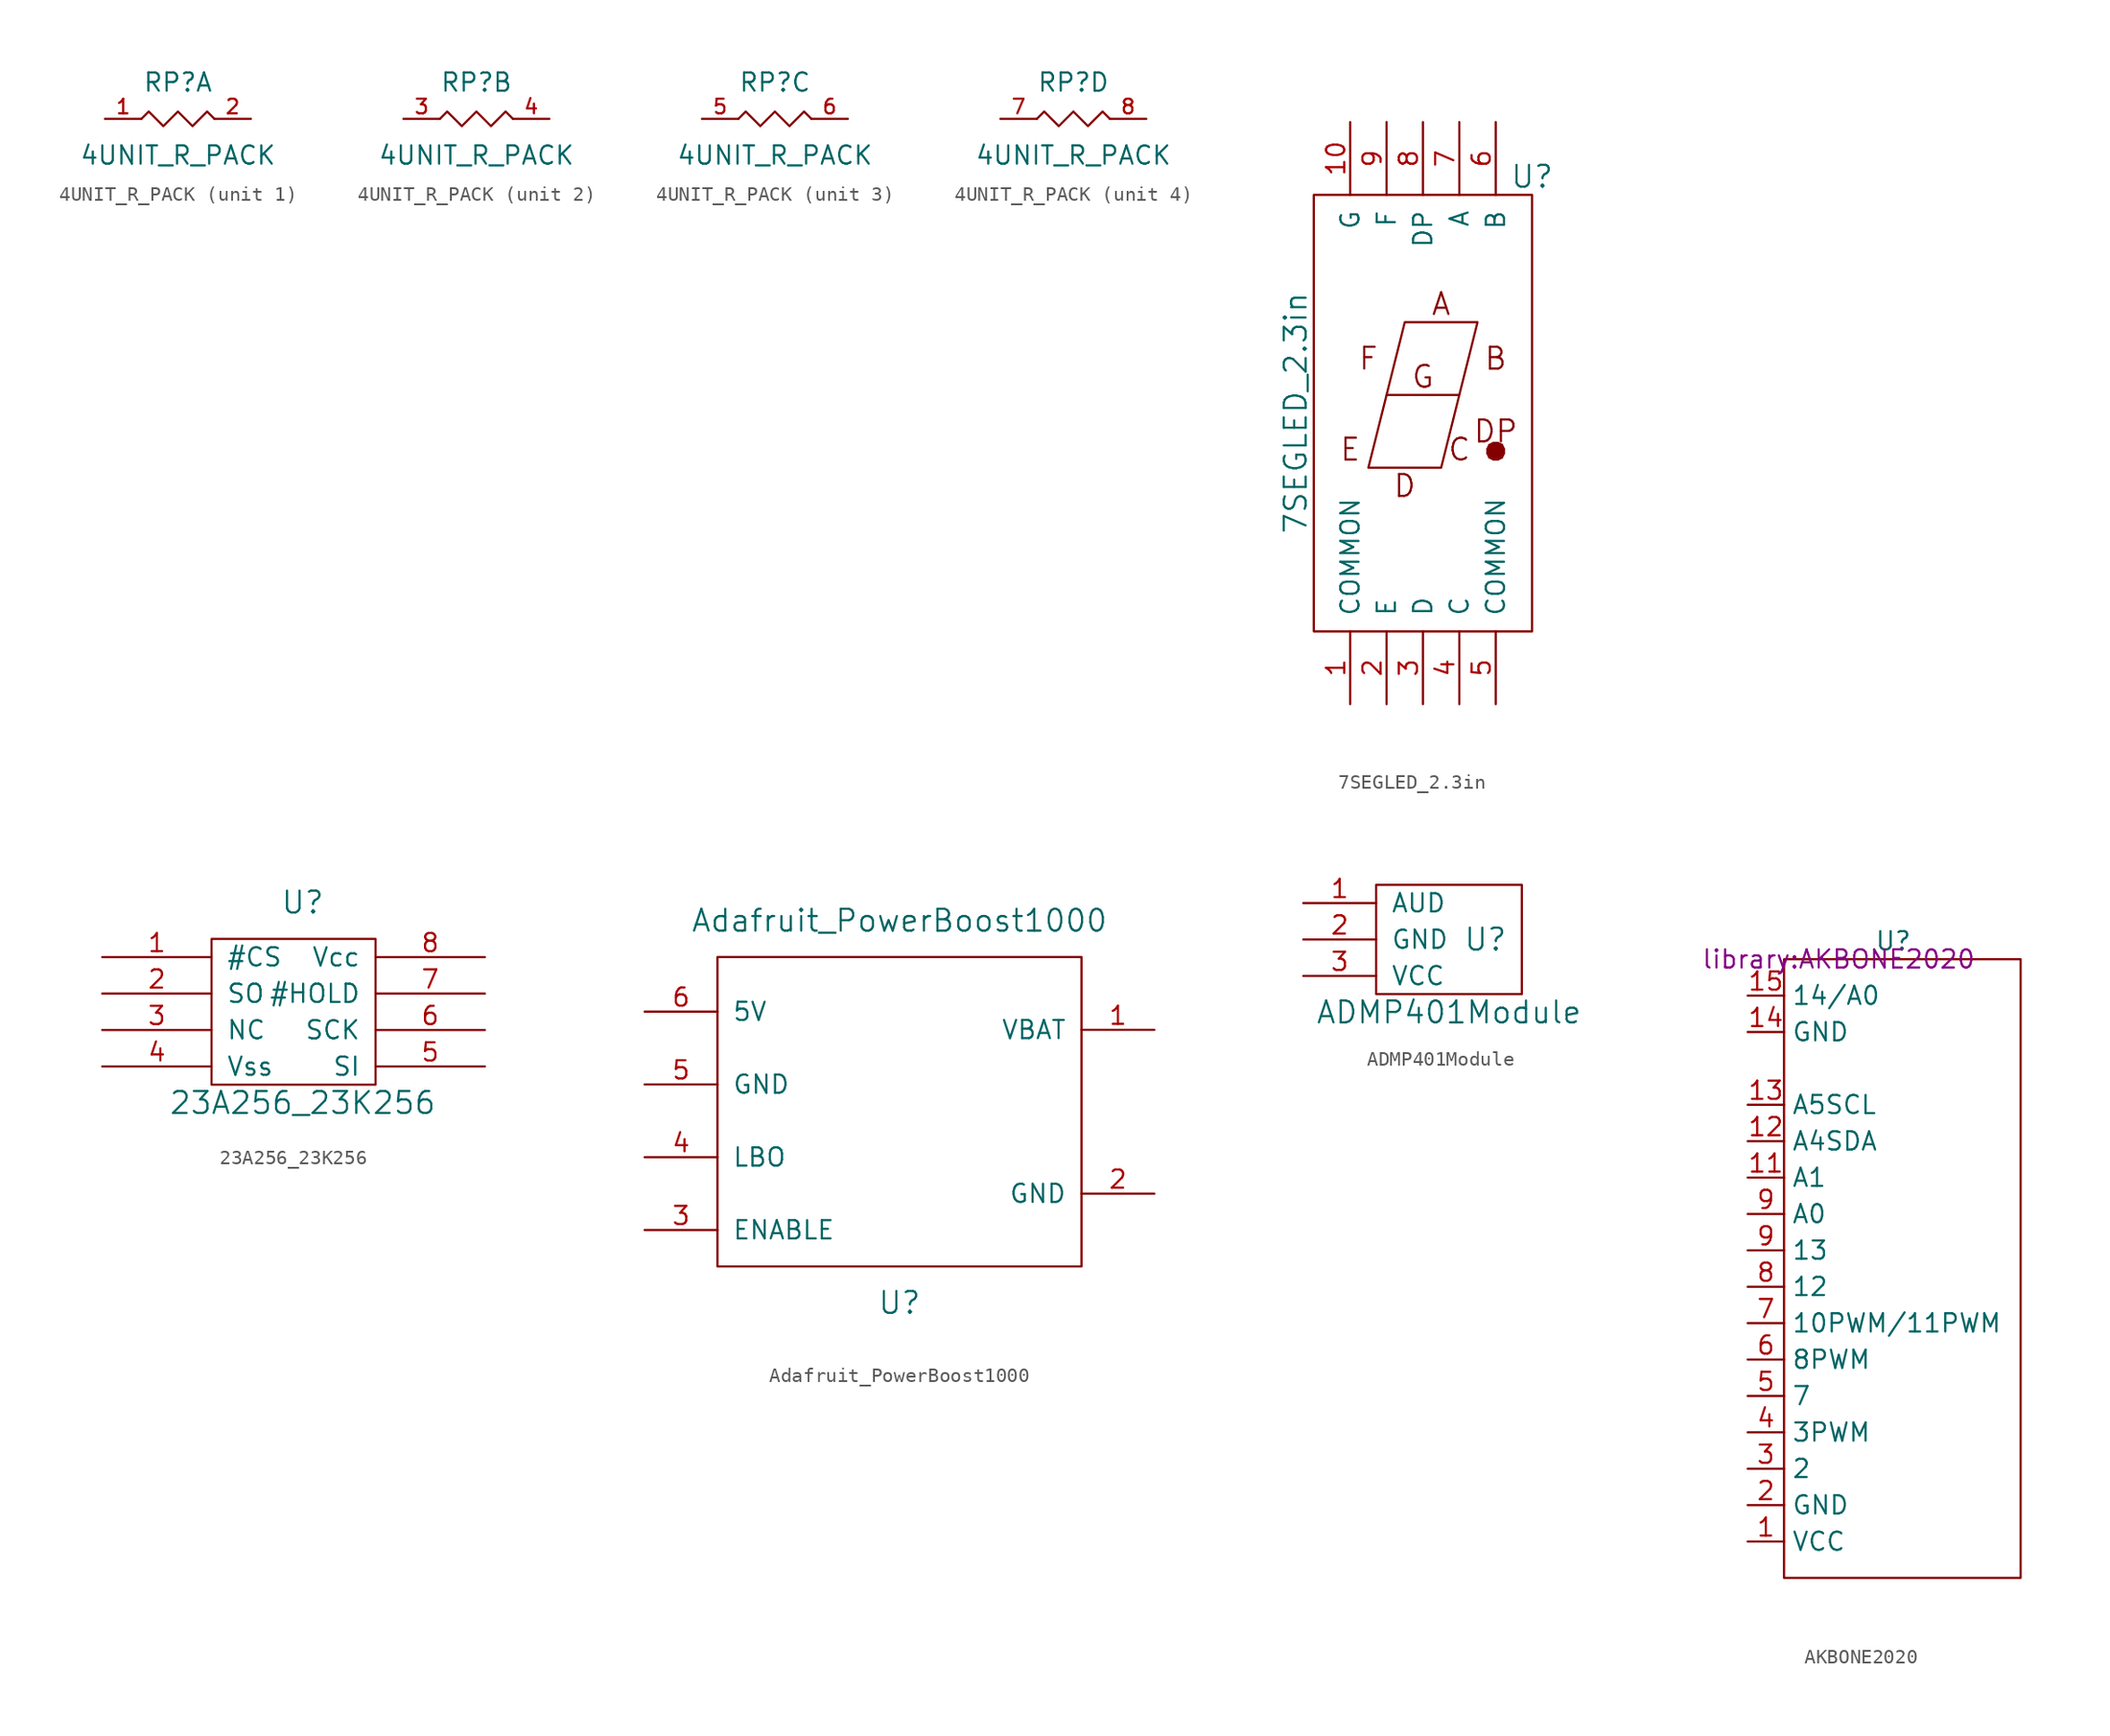
<source format=kicad_sym>
(kicad_symbol_lib
  (version 20220914)
  (generator kicad_symbol_editor)
  (symbol "4UNIT_R_PACK"
    (pin_names hide)
    (property "Reference" "RP"
      (at 0 2.54 0)
      (effects (font (size 1.27 1.27))))
    (property "Value" "4UNIT_R_PACK"
      (at 0 -2.54 0)
      (effects (font (size 1.27 1.27))))
    (property "Footprint" ""
      (at -1.27 -2.54 0)
      (effects (font (size 1.27 1.27))))
    (property "Datasheet" ""
      (at -1.27 -2.54 0)
      (effects (font (size 1.27 1.27))))
    (symbol "4UNIT_R_PACK_0_1"
      (polyline (pts (xy -2.54 0) (xy -2.032 0.508) (xy -1.016 -0.508) (xy 0 0.508) (xy 1.016 -0.508) (xy 2.032 0.508) (xy 2.54 0)) (stroke (width 0) (type solid)) (fill (type none))))
    (symbol "4UNIT_R_PACK_1_1"
      (pin passive line (at -5.08 0 0) (length 2.54) (name "P1" (effects (font (size 1.016 1.016)))) (number "1" (effects (font (size 1.016 1.016)))))
      (pin passive line (at 5.08 0 180) (length 2.54) (name "R1" (effects (font (size 1.016 1.016)))) (number "2" (effects (font (size 1.016 1.016))))))
    (symbol "4UNIT_R_PACK_2_1"
      (pin passive line (at -5.08 0 0) (length 2.54) (name "P1" (effects (font (size 1.016 1.016)))) (number "3" (effects (font (size 1.016 1.016)))))
      (pin passive line (at 5.08 0 180) (length 2.54) (name "R1" (effects (font (size 1.016 1.016)))) (number "4" (effects (font (size 1.016 1.016))))))
    (symbol "4UNIT_R_PACK_3_1"
      (pin passive line (at -5.08 0 0) (length 2.54) (name "P1" (effects (font (size 1.016 1.016)))) (number "5" (effects (font (size 1.016 1.016)))))
      (pin passive line (at 5.08 0 180) (length 2.54) (name "R1" (effects (font (size 1.016 1.016)))) (number "6" (effects (font (size 1.016 1.016))))))
    (symbol "4UNIT_R_PACK_4_1"
      (pin passive line (at -5.08 0 0) (length 2.54) (name "P1" (effects (font (size 1.016 1.016)))) (number "7" (effects (font (size 1.016 1.016)))))
      (pin passive line (at 5.08 0 180) (length 2.54) (name "R1" (effects (font (size 1.016 1.016)))) (number "8" (effects (font (size 1.016 1.016)))))))
  (symbol "7SEGLED_2.3in"
    (pin_names
      (offset 1.016))
    (property "Reference" "U"
      (at 7.62 16.51 0)
      (effects (font (size 1.524 1.524))))
    (property "Value" "7SEGLED_2.3in"
      (at -8.89 0 90)
      (effects (font (size 1.524 1.524))))
    (property "Footprint" ""
      (at 5.08 16.51 0)
      (effects (font (size 1.524 1.524))))
    (property "Datasheet" ""
      (at 5.08 16.51 0)
      (effects (font (size 1.524 1.524))))
    (symbol "7SEGLED_2.3in_0_0"
      (rectangle (start -7.62 15.24) (end 7.62 -15.24) (stroke (width 0) (type solid)) (fill (type none)))
      (text "A" (at 1.27 7.62 0) (effects (font (size 1.524 1.524))))
      (text "B" (at 5.08 3.81 0) (effects (font (size 1.524 1.524))))
      (text "C" (at 2.54 -2.54 0) (effects (font (size 1.524 1.524))))
      (text "D" (at -1.27 -5.08 0) (effects (font (size 1.524 1.524))))
      (text "DP" (at 5.08 -1.27 0) (effects (font (size 1.524 1.524))))
      (text "E" (at -5.08 -2.54 0) (effects (font (size 1.524 1.524))))
      (text "F" (at -3.81 3.81 0) (effects (font (size 1.524 1.524))))
      (text "G" (at 0 2.54 0) (effects (font (size 1.524 1.524))))
      (text "●" (at 5.08 -2.54 0) (effects (font (size 1.524 1.524)))))
    (symbol "7SEGLED_2.3in_0_1"
      (polyline (pts (xy -2.54 1.27) (xy 2.54 1.27)) (stroke (width 0) (type solid)) (fill (type none)))
      (polyline (pts (xy -3.81 -3.81) (xy -1.27 6.35) (xy 3.81 6.35) (xy 1.27 -3.81) (xy -3.81 -3.81)) (stroke (width 0) (type solid)) (fill (type none))))
    (symbol "7SEGLED_2.3in_1_1"
      (pin input line (at -5.08 -20.32 90) (length 5.08) (name "COMMON" (effects (font (size 1.27 1.27)))) (number "1" (effects (font (size 1.27 1.27)))))
      (pin input line (at -5.08 20.32 270) (length 5.08) (name "G" (effects (font (size 1.27 1.27)))) (number "10" (effects (font (size 1.27 1.27)))))
      (pin input line (at -2.54 -20.32 90) (length 5.08) (name "E" (effects (font (size 1.27 1.27)))) (number "2" (effects (font (size 1.27 1.27)))))
      (pin input line (at 0 -20.32 90) (length 5.08) (name "D" (effects (font (size 1.27 1.27)))) (number "3" (effects (font (size 1.27 1.27)))))
      (pin input line (at 2.54 -20.32 90) (length 5.08) (name "C" (effects (font (size 1.27 1.27)))) (number "4" (effects (font (size 1.27 1.27)))))
      (pin input line (at 5.08 -20.32 90) (length 5.08) (name "COMMON" (effects (font (size 1.27 1.27)))) (number "5" (effects (font (size 1.27 1.27)))))
      (pin input line (at 5.08 20.32 270) (length 5.08) (name "B" (effects (font (size 1.27 1.27)))) (number "6" (effects (font (size 1.27 1.27)))))
      (pin input line (at 2.54 20.32 270) (length 5.08) (name "A" (effects (font (size 1.27 1.27)))) (number "7" (effects (font (size 1.27 1.27)))))
      (pin input line (at 0 20.32 270) (length 5.08) (name "DP" (effects (font (size 1.27 1.27)))) (number "8" (effects (font (size 1.27 1.27)))))
      (pin input line (at -2.54 20.32 270) (length 5.08) (name "F" (effects (font (size 1.27 1.27)))) (number "9" (effects (font (size 1.27 1.27)))))))
  (symbol "23A256_23K256"
    (pin_names
      (offset 1.016))
    (property "Reference" "U"
      (at 0 7.62 0)
      (effects (font (size 1.524 1.524))))
    (property "Value" "23A256_23K256"
      (at 0 -6.35 0)
      (effects (font (size 1.524 1.524))))
    (property "Footprint" ""
      (at 3.81 0 0)
      (effects (font (size 1.524 1.524))))
    (property "Datasheet" ""
      (at 3.81 0 0)
      (effects (font (size 1.524 1.524))))
    (symbol "23A256_23K256_0_1"
      (rectangle (start -6.35 5.08) (end 5.08 -5.08) (stroke (width 0) (type solid)) (fill (type none))))
    (symbol "23A256_23K256_1_1"
      (pin input line (at -13.97 3.81 0) (length 7.62) (name "#CS" (effects (font (size 1.27 1.27)))) (number "1" (effects (font (size 1.27 1.27)))))
      (pin input line (at -13.97 1.27 0) (length 7.62) (name "SO" (effects (font (size 1.27 1.27)))) (number "2" (effects (font (size 1.27 1.27)))))
      (pin input line (at -13.97 -1.27 0) (length 7.62) (name "NC" (effects (font (size 1.27 1.27)))) (number "3" (effects (font (size 1.27 1.27)))))
      (pin input line (at -13.97 -3.81 0) (length 7.62) (name "Vss" (effects (font (size 1.27 1.27)))) (number "4" (effects (font (size 1.27 1.27)))))
      (pin input line (at 12.7 -3.81 180) (length 7.62) (name "SI" (effects (font (size 1.27 1.27)))) (number "5" (effects (font (size 1.27 1.27)))))
      (pin input line (at 12.7 -1.27 180) (length 7.62) (name "SCK" (effects (font (size 1.27 1.27)))) (number "6" (effects (font (size 1.27 1.27)))))
      (pin input line (at 12.7 1.27 180) (length 7.62) (name "#HOLD" (effects (font (size 1.27 1.27)))) (number "7" (effects (font (size 1.27 1.27)))))
      (pin input line (at 12.7 3.81 180) (length 7.62) (name "Vcc" (effects (font (size 1.27 1.27)))) (number "8" (effects (font (size 1.27 1.27)))))))
  (symbol "Adafruit_PowerBoost1000"
    (pin_names
      (offset 1.016))
    (property "Reference" "U"
      (at 0 -12.7 0)
      (effects (font (size 1.524 1.524))))
    (property "Value" "Adafruit_PowerBoost1000"
      (at 0 13.97 0)
      (effects (font (size 1.524 1.524))))
    (property "Footprint" ""
      (at 0 3.81 0)
      (effects (font (size 1.524 1.524))))
    (property "Datasheet" ""
      (at 0 3.81 0)
      (effects (font (size 1.524 1.524))))
    (symbol "Adafruit_PowerBoost1000_0_1"
      (rectangle (start -12.7 11.43) (end 12.7 -10.16) (stroke (width 0) (type solid)) (fill (type none))))
    (symbol "Adafruit_PowerBoost1000_1_1"
      (pin input line (at 17.78 6.35 180) (length 5.08) (name "VBAT" (effects (font (size 1.27 1.27)))) (number "1" (effects (font (size 1.27 1.27)))))
      (pin input line (at 17.78 -5.08 180) (length 5.08) (name "GND" (effects (font (size 1.27 1.27)))) (number "2" (effects (font (size 1.27 1.27)))))
      (pin input line (at -17.78 -7.62 0) (length 5.08) (name "ENABLE" (effects (font (size 1.27 1.27)))) (number "3" (effects (font (size 1.27 1.27)))))
      (pin input line (at -17.78 -2.54 0) (length 5.08) (name "LBO" (effects (font (size 1.27 1.27)))) (number "4" (effects (font (size 1.27 1.27)))))
      (pin input line (at -17.78 2.54 0) (length 5.08) (name "GND" (effects (font (size 1.27 1.27)))) (number "5" (effects (font (size 1.27 1.27)))))
      (pin input line (at -17.78 7.62 0) (length 5.08) (name "5V" (effects (font (size 1.27 1.27)))) (number "6" (effects (font (size 1.27 1.27)))))))
  (symbol "ADMP401Module"
    (pin_names
      (offset 1.016))
    (property "Reference" "U"
      (at 2.54 0 0)
      (effects (font (size 1.524 1.524))))
    (property "Value" "ADMP401Module"
      (at 0 -5.08 0)
      (effects (font (size 1.524 1.524))))
    (property "Footprint" ""
      (at 2.54 0 0)
      (effects (font (size 1.524 1.524))))
    (property "Datasheet" ""
      (at 2.54 0 0)
      (effects (font (size 1.524 1.524))))
    (symbol "ADMP401Module_0_1"
      (rectangle (start -5.08 3.81) (end 5.08 -3.81) (stroke (width 0) (type solid)) (fill (type none))))
    (symbol "ADMP401Module_1_1"
      (pin input line (at -10.16 2.54 0) (length 5.08) (name "AUD" (effects (font (size 1.27 1.27)))) (number "1" (effects (font (size 1.27 1.27)))))
      (pin input line (at -10.16 0 0) (length 5.08) (name "GND" (effects (font (size 1.27 1.27)))) (number "2" (effects (font (size 1.27 1.27)))))
      (pin input line (at -10.16 -2.54 0) (length 5.08) (name "VCC" (effects (font (size 1.27 1.27)))) (number "3" (effects (font (size 1.27 1.27)))))))
  (symbol "AKBONE2020"
    (property "Reference" "U"
      (at 0 22.86 0)
      (effects (font (size 1.27 1.27))))
    (property "Value" ""
      (at -3.81 21.59 0)
      (effects (font (size 1.27 1.27))))
    (property "Footprint" "library:AKBONE2020"
      (at -3.81 21.59 0)
      (effects (font (size 1.27 1.27))))
    (symbol "AKBONE2020_1_1"
      (rectangle (start -7.62 21.59) (end 8.89 -21.59) (stroke (width 0) (type default)) (fill (type none)))
      (pin input line (at -10.16 -19.05 0) (length 2.54) (name "VCC" (effects (font (size 1.27 1.27)))) (number "1" (effects (font (size 1.27 1.27)))))
      (pin input line (at -10.16 6.35 0) (length 2.54) (name "A1" (effects (font (size 1.27 1.27)))) (number "11" (effects (font (size 1.27 1.27)))))
      (pin input line (at -10.16 8.89 0) (length 2.54) (name "A4SDA" (effects (font (size 1.27 1.27)))) (number "12" (effects (font (size 1.27 1.27)))))
      (pin input line (at -10.16 11.43 0) (length 2.54) (name "A5SCL" (effects (font (size 1.27 1.27)))) (number "13" (effects (font (size 1.27 1.27)))))
      (pin input line (at -10.16 16.51 0) (length 2.54) (name "GND" (effects (font (size 1.27 1.27)))) (number "14" (effects (font (size 1.27 1.27)))))
      (pin input line (at -10.16 19.05 0) (length 2.54) (name "14/A0" (effects (font (size 1.27 1.27)))) (number "15" (effects (font (size 1.27 1.27)))))
      (pin input line (at -10.16 -16.51 0) (length 2.54) (name "GND" (effects (font (size 1.27 1.27)))) (number "2" (effects (font (size 1.27 1.27)))))
      (pin input line (at -10.16 -13.97 0) (length 2.54) (name "2" (effects (font (size 1.27 1.27)))) (number "3" (effects (font (size 1.27 1.27)))))
      (pin input line (at -10.16 -11.43 0) (length 2.54) (name "3PWM" (effects (font (size 1.27 1.27)))) (number "4" (effects (font (size 1.27 1.27)))))
      (pin input line (at -10.16 -8.89 0) (length 2.54) (name "7" (effects (font (size 1.27 1.27)))) (number "5" (effects (font (size 1.27 1.27)))))
      (pin input line (at -10.16 -6.35 0) (length 2.54) (name "8PWM" (effects (font (size 1.27 1.27)))) (number "6" (effects (font (size 1.27 1.27)))))
      (pin input line (at -10.16 -3.81 0) (length 2.54) (name "10PWM/11PWM" (effects (font (size 1.27 1.27)))) (number "7" (effects (font (size 1.27 1.27)))))
      (pin input line (at -10.16 -1.27 0) (length 2.54) (name "12" (effects (font (size 1.27 1.27)))) (number "8" (effects (font (size 1.27 1.27)))))
      (pin input line (at -10.16 1.27 0) (length 2.54) (name "13" (effects (font (size 1.27 1.27)))) (number "9" (effects (font (size 1.27 1.27)))))
      (pin input line (at -10.16 3.81 0) (length 2.54) (name "A0" (effects (font (size 1.27 1.27)))) (number "9" (effects (font (size 1.27 1.27))))))))
</source>
